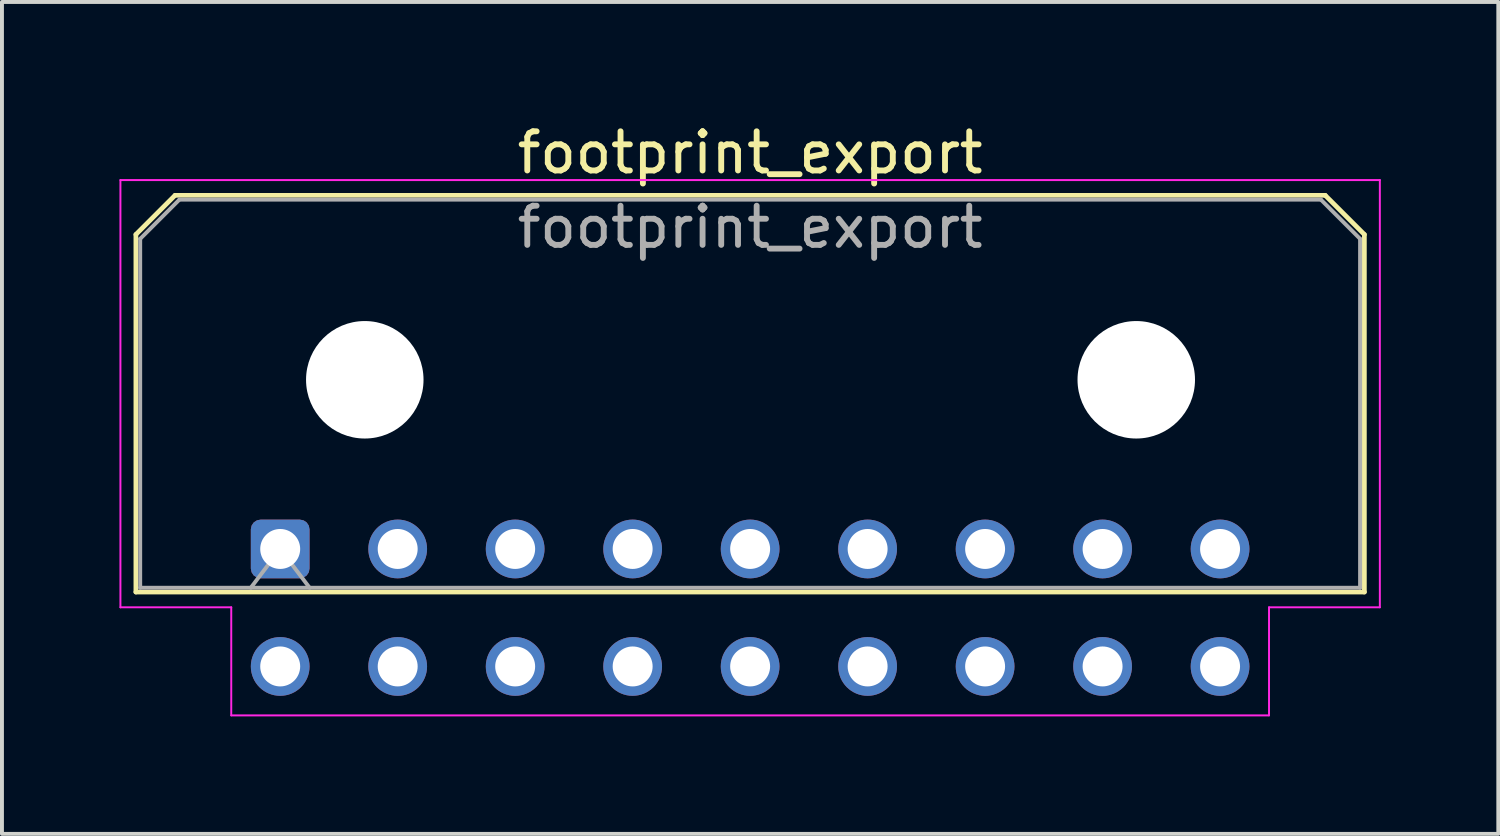
<source format=kicad_pcb>
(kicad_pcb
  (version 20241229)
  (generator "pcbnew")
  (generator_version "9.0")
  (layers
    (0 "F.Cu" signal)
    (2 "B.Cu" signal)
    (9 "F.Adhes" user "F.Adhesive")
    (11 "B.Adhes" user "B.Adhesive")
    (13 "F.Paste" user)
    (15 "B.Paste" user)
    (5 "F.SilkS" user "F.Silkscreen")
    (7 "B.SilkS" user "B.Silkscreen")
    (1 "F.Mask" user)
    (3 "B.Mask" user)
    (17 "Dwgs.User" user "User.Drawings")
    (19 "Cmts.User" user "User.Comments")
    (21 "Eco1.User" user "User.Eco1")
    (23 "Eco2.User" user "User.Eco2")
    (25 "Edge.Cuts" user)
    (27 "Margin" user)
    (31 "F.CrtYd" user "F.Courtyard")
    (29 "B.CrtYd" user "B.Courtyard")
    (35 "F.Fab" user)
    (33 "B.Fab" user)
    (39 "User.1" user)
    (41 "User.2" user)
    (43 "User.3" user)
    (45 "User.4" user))
  (footprint "footprint_export"
    (layer "F.Cu")
    (at 4.105 10.968)
    (property "Reference" "footprint_export" (at 12 -10.12 0) (layer "F.SilkS") (effects (font (size 1 1) (thickness 0.15))))
    (attr through_hole)
    (fp_line (start -3.685 -8.03) (end -2.685 -9.03) (stroke (width 0.12) (type solid)) (layer "F.SilkS"))
    (fp_line (start -3.685 1.1) (end -3.685 -8.03) (stroke (width 0.12) (type solid)) (layer "F.SilkS"))
    (fp_line (start -2.685 -9.03) (end 26.685 -9.03) (stroke (width 0.12) (type solid)) (layer "F.SilkS"))
    (fp_line (start 26.685 -9.03) (end 27.685 -8.03) (stroke (width 0.12) (type solid)) (layer "F.SilkS"))
    (fp_line (start 27.685 -8.03) (end 27.685 1.1) (stroke (width 0.12) (type solid)) (layer "F.SilkS"))
    (fp_line (start 27.685 1.1) (end -3.685 1.1) (stroke (width 0.12) (type solid)) (layer "F.SilkS"))
    (fp_line (start -4.08 -9.42) (end 28.08 -9.42) (stroke (width 0.05) (type solid)) (layer "F.CrtYd"))
    (fp_line (start -4.08 1.49) (end -4.08 -9.42) (stroke (width 0.05) (type solid)) (layer "F.CrtYd"))
    (fp_line (start -1.25 1.49) (end -4.08 1.49) (stroke (width 0.05) (type solid)) (layer "F.CrtYd"))
    (fp_line (start -1.25 4.25) (end -1.25 1.49) (stroke (width 0.05) (type solid)) (layer "F.CrtYd"))
    (fp_line (start 25.25 1.49) (end 25.25 4.25) (stroke (width 0.05) (type solid)) (layer "F.CrtYd"))
    (fp_line (start 25.25 4.25) (end -1.25 4.25) (stroke (width 0.05) (type solid)) (layer "F.CrtYd"))
    (fp_line (start 28.08 -9.42) (end 28.08 1.49) (stroke (width 0.05) (type solid)) (layer "F.CrtYd"))
    (fp_line (start 28.08 1.49) (end 25.25 1.49) (stroke (width 0.05) (type solid)) (layer "F.CrtYd"))
    (fp_line (start -3.575 -7.92) (end -2.575 -8.92) (stroke (width 0.1) (type solid)) (layer "F.Fab"))
    (fp_line (start -3.575 0.99) (end -3.575 -7.92) (stroke (width 0.1) (type solid)) (layer "F.Fab"))
    (fp_line (start -2.575 -8.92) (end 26.575 -8.92) (stroke (width 0.1) (type solid)) (layer "F.Fab"))
    (fp_line (start -0.75 0.99) (end 0 0) (stroke (width 0.1) (type solid)) (layer "F.Fab"))
    (fp_line (start 0 0) (end 0.75 0.99) (stroke (width 0.1) (type solid)) (layer "F.Fab"))
    (fp_line (start 26.575 -8.92) (end 27.575 -7.92) (stroke (width 0.1) (type solid)) (layer "F.Fab"))
    (fp_line (start 27.575 -7.92) (end 27.575 0.99) (stroke (width 0.1) (type solid)) (layer "F.Fab"))
    (fp_line (start 27.575 0.99) (end -3.575 0.99) (stroke (width 0.1) (type solid)) (layer "F.Fab"))
    (fp_text user "${REFERENCE}" (at 12 -8.22 0) (layer "F.Fab") (effects (font (size 1 1) (thickness 0.15))))
    (pad "" np_thru_hole circle (at 2.16 -4.32) (size 3 3) (drill 3) (layers "*.Cu" "*.Mask"))
    (pad "" np_thru_hole circle (at 21.86 -4.32) (size 3 3) (drill 3) (layers "*.Cu" "*.Mask"))
    (pad "1" thru_hole roundrect (at 0 0) (size 1.5 1.5) (drill 1.02) (layers "*.Cu" "*.Mask") (roundrect_rratio 0.167))
    (pad "2" thru_hole circle (at 3 0) (size 1.5 1.5) (drill 1.02) (layers "*.Cu" "*.Mask"))
    (pad "3" thru_hole circle (at 6 0) (size 1.5 1.5) (drill 1.02) (layers "*.Cu" "*.Mask"))
    (pad "4" thru_hole circle (at 9 0) (size 1.5 1.5) (drill 1.02) (layers "*.Cu" "*.Mask"))
    (pad "5" thru_hole circle (at 12 0) (size 1.5 1.5) (drill 1.02) (layers "*.Cu" "*.Mask"))
    (pad "6" thru_hole circle (at 15 0) (size 1.5 1.5) (drill 1.02) (layers "*.Cu" "*.Mask"))
    (pad "7" thru_hole circle (at 18 0) (size 1.5 1.5) (drill 1.02) (layers "*.Cu" "*.Mask"))
    (pad "8" thru_hole circle (at 21 0) (size 1.5 1.5) (drill 1.02) (layers "*.Cu" "*.Mask"))
    (pad "9" thru_hole circle (at 24 0) (size 1.5 1.5) (drill 1.02) (layers "*.Cu" "*.Mask"))
    (pad "10" thru_hole circle (at 0 3) (size 1.5 1.5) (drill 1.02) (layers "*.Cu" "*.Mask"))
    (pad "11" thru_hole circle (at 3 3) (size 1.5 1.5) (drill 1.02) (layers "*.Cu" "*.Mask"))
    (pad "12" thru_hole circle (at 6 3) (size 1.5 1.5) (drill 1.02) (layers "*.Cu" "*.Mask"))
    (pad "13" thru_hole circle (at 9 3) (size 1.5 1.5) (drill 1.02) (layers "*.Cu" "*.Mask"))
    (pad "14" thru_hole circle (at 12 3) (size 1.5 1.5) (drill 1.02) (layers "*.Cu" "*.Mask"))
    (pad "15" thru_hole circle (at 15 3) (size 1.5 1.5) (drill 1.02) (layers "*.Cu" "*.Mask"))
    (pad "16" thru_hole circle (at 18 3) (size 1.5 1.5) (drill 1.02) (layers "*.Cu" "*.Mask"))
    (pad "17" thru_hole circle (at 21 3) (size 1.5 1.5) (drill 1.02) (layers "*.Cu" "*.Mask"))
    (pad "18" thru_hole circle (at 24 3) (size 1.5 1.5) (drill 1.02) (layers "*.Cu" "*.Mask")))
  (gr_rect
    (start -3 -3)
    (end 35.21 18.243)
    (stroke (width 0.1) (type default))
    (fill no)
    (layer "Edge.Cuts")))
</source>
